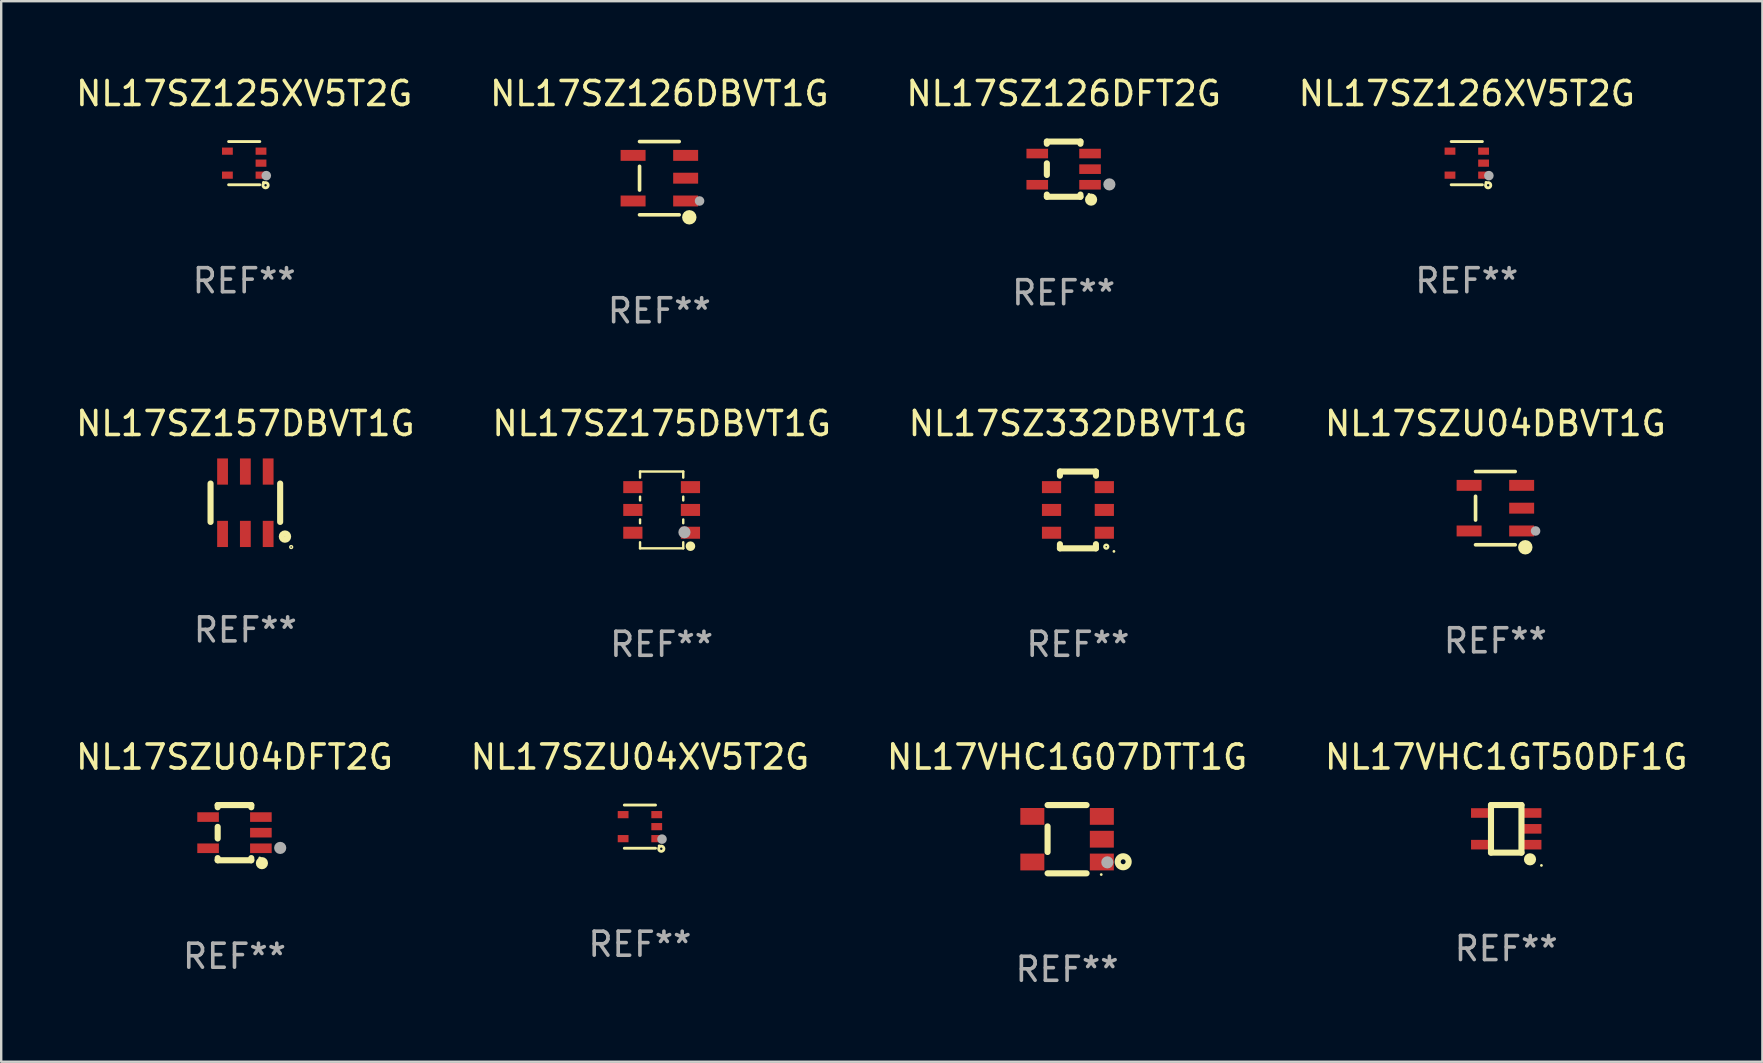
<source format=kicad_pcb>
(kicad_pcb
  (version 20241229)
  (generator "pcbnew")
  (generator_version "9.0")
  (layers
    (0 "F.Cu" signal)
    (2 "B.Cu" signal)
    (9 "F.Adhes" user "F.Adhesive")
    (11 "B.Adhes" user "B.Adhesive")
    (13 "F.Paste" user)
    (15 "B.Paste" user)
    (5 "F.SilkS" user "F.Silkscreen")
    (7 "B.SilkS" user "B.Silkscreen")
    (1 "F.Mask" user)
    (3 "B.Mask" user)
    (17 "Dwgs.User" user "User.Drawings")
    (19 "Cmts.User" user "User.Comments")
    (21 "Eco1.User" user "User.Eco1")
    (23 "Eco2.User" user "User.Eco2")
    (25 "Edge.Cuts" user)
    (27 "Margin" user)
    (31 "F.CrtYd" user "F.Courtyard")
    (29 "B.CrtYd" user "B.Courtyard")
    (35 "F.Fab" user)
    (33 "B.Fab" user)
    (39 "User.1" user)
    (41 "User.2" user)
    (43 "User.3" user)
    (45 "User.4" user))
  (footprint "NL17SZ332DBVT1G"
    (layer "F.Cu")
    (at 41.863 18.197)
    (property "Reference" "NL17SZ332DBVT1G" (at 0 -3.6 0) (layer "F.SilkS") (effects (font (size 1 1) (thickness 0.15))))
    (attr through_hole)
    (fp_line (start -0.75 -1.6) (end -0.75 -1.426) (stroke (width 0.254) (type solid)) (layer "F.SilkS"))
    (fp_line (start -0.75 -1.6) (end 0.75 -1.6) (stroke (width 0.254) (type solid)) (layer "F.SilkS"))
    (fp_line (start -0.75 1.426) (end -0.75 1.6) (stroke (width 0.254) (type solid)) (layer "F.SilkS"))
    (fp_line (start -0.75 1.6) (end 0.75 1.6) (stroke (width 0.254) (type solid)) (layer "F.SilkS"))
    (fp_line (start 0.75 -1.6) (end 0.75 -1.426) (stroke (width 0.254) (type solid)) (layer "F.SilkS"))
    (fp_line (start 0.75 1.426) (end 0.75 1.6) (stroke (width 0.254) (type solid)) (layer "F.SilkS"))
    (fp_circle (center 1.18 1.53) (end 1.26 1.53) (stroke (width 0.1) (type solid)) (fill no) (layer "F.SilkS"))
    (fp_circle (center 1.5 1.727) (end 1.53 1.727) (stroke (width 0.06) (type solid)) (fill no) (layer "F.SilkS"))
    (fp_text user "REF**" (at 0 5.6 0) (layer "F.Fab") (effects (font (size 1 1) (thickness 0.15))))
    (pad "1" smd rect (at 1.1 0.95 90) (size 0.5 0.8) (layers "F.Cu" "F.Mask" "F.Paste"))
    (pad "2" smd rect (at 1.1 0 90) (size 0.5 0.8) (layers "F.Cu" "F.Mask" "F.Paste"))
    (pad "3" smd rect (at 1.1 -0.95 90) (size 0.5 0.8) (layers "F.Cu" "F.Mask" "F.Paste"))
    (pad "4" smd rect (at -1.1 -0.95 90) (size 0.5 0.8) (layers "F.Cu" "F.Mask" "F.Paste"))
    (pad "5" smd rect (at -1.1 0 90) (size 0.5 0.8) (layers "F.Cu" "F.Mask" "F.Paste"))
    (pad "6" smd rect (at -1.1 0.95 90) (size 0.5 0.8) (layers "F.Cu" "F.Mask" "F.Paste")))
  (footprint "NL17SZU04XV5T2G"
    (layer "F.Cu")
    (at 23.613 31.393)
    (property "Reference" "NL17SZU04XV5T2G" (at 0 -2.9 0) (layer "F.SilkS") (effects (font (size 1 1) (thickness 0.15))))
    (attr through_hole)
    (fp_line (start -0.65 -0.9) (end 0.65 -0.9) (stroke (width 0.12) (type solid)) (layer "F.SilkS"))
    (fp_line (start -0.65 0.9) (end 0.65 0.9) (stroke (width 0.12) (type solid)) (layer "F.SilkS"))
    (fp_circle (center 0.8 0.8) (end 0.83 0.8) (stroke (width 0.06) (type solid)) (fill no) (layer "F.SilkS"))
    (fp_circle (center 0.89 0.92) (end 0.94 0.92) (stroke (width 0.12) (type solid)) (fill no) (layer "F.SilkS"))
    (fp_circle (center 0.92 0.52) (end 1.02 0.52) (stroke (width 0.2) (type solid)) (fill no) (layer "F.Fab"))
    (fp_text user "REF**" (at 0 4.9 0) (layer "F.Fab") (effects (font (size 1 1) (thickness 0.15))))
    (pad "1" smd rect (at 0.7 0.5) (size 0.45 0.3) (layers "F.Cu" "F.Mask" "F.Paste"))
    (pad "2" smd rect (at 0.7 -0.000356) (size 0.45 0.3) (layers "F.Cu" "F.Mask" "F.Paste"))
    (pad "3" smd rect (at 0.7 -0.5) (size 0.45 0.3) (layers "F.Cu" "F.Mask" "F.Paste"))
    (pad "4" smd rect (at -0.7 -0.5) (size 0.45 0.3) (layers "F.Cu" "F.Mask" "F.Paste"))
    (pad "5" smd rect (at -0.7 0.5) (size 0.45 0.3) (layers "F.Cu" "F.Mask" "F.Paste")))
  (footprint "NL17SZ175DBVT1G"
    (layer "F.Cu")
    (at 24.518 18.197)
    (property "Reference" "NL17SZ175DBVT1G" (at 0 -3.6 0) (layer "F.SilkS") (effects (font (size 1 1) (thickness 0.15))))
    (attr through_hole)
    (fp_line (start -0.9 -1.6) (end 0.9 -1.6) (stroke (width 0.101) (type solid)) (layer "F.SilkS"))
    (fp_line (start -0.9 -1.346) (end -0.9 -1.6) (stroke (width 0.101) (type solid)) (layer "F.SilkS"))
    (fp_line (start -0.9 -0.396) (end -0.9 -0.554) (stroke (width 0.101) (type solid)) (layer "F.SilkS"))
    (fp_line (start -0.9 0.554) (end -0.9 0.396) (stroke (width 0.101) (type solid)) (layer "F.SilkS"))
    (fp_line (start -0.9 1.6) (end -0.9 1.346) (stroke (width 0.101) (type solid)) (layer "F.SilkS"))
    (fp_line (start -0.9 1.6) (end 0.9 1.6) (stroke (width 0.101) (type solid)) (layer "F.SilkS"))
    (fp_line (start 0.9 -1.346) (end 0.9 -1.6) (stroke (width 0.101) (type solid)) (layer "F.SilkS"))
    (fp_line (start 0.9 -0.396) (end 0.9 -0.554) (stroke (width 0.101) (type solid)) (layer "F.SilkS"))
    (fp_line (start 0.9 0.554) (end 0.9 0.396) (stroke (width 0.101) (type solid)) (layer "F.SilkS"))
    (fp_line (start 0.9 1.6) (end 0.9 1.346) (stroke (width 0.101) (type solid)) (layer "F.SilkS"))
    (fp_circle (center 1.2 1.51) (end 1.3 1.51) (stroke (width 0.2) (type solid)) (fill no) (layer "F.SilkS"))
    (fp_circle (center 1.25 1.45) (end 1.28 1.45) (stroke (width 0.06) (type solid)) (fill no) (layer "F.SilkS"))
    (fp_circle (center 0.95 0.93) (end 1.077 0.93) (stroke (width 0.254) (type solid)) (fill no) (layer "F.Fab"))
    (fp_text user "REF**" (at 0 5.6 0) (layer "F.Fab") (effects (font (size 1 1) (thickness 0.15))))
    (pad "1" smd rect (at 1.2 0.95 90) (size 0.5 0.8) (layers "F.Cu" "F.Mask" "F.Paste"))
    (pad "2" smd rect (at 1.2 0 90) (size 0.5 0.8) (layers "F.Cu" "F.Mask" "F.Paste"))
    (pad "3" smd rect (at 1.2 -0.95 90) (size 0.5 0.8) (layers "F.Cu" "F.Mask" "F.Paste"))
    (pad "4" smd rect (at -1.2 -0.95 90) (size 0.5 0.8) (layers "F.Cu" "F.Mask" "F.Paste"))
    (pad "5" smd rect (at -1.2 0 90) (size 0.5 0.8) (layers "F.Cu" "F.Mask" "F.Paste"))
    (pad "6" smd rect (at -1.2 0.95 90) (size 0.5 0.8) (layers "F.Cu" "F.Mask" "F.Paste")))
  (footprint "NL17SZ126XV5T2G"
    (layer "F.Cu")
    (at 58.065 3.748)
    (property "Reference" "NL17SZ126XV5T2G" (at 0 -2.9 0) (layer "F.SilkS") (effects (font (size 1 1) (thickness 0.15))))
    (attr through_hole)
    (fp_line (start -0.65 -0.9) (end 0.65 -0.9) (stroke (width 0.12) (type solid)) (layer "F.SilkS"))
    (fp_line (start -0.65 0.9) (end 0.65 0.9) (stroke (width 0.12) (type solid)) (layer "F.SilkS"))
    (fp_circle (center 0.8 0.8) (end 0.83 0.8) (stroke (width 0.06) (type solid)) (fill no) (layer "F.SilkS"))
    (fp_circle (center 0.89 0.92) (end 0.94 0.92) (stroke (width 0.12) (type solid)) (fill no) (layer "F.SilkS"))
    (fp_circle (center 0.92 0.52) (end 1.02 0.52) (stroke (width 0.2) (type solid)) (fill no) (layer "F.Fab"))
    (fp_text user "REF**" (at 0 4.9 0) (layer "F.Fab") (effects (font (size 1 1) (thickness 0.15))))
    (pad "1" smd rect (at 0.7 0.5) (size 0.45 0.3) (layers "F.Cu" "F.Mask" "F.Paste"))
    (pad "2" smd rect (at 0.7 -0.000356) (size 0.45 0.3) (layers "F.Cu" "F.Mask" "F.Paste"))
    (pad "3" smd rect (at 0.7 -0.5) (size 0.45 0.3) (layers "F.Cu" "F.Mask" "F.Paste"))
    (pad "4" smd rect (at -0.7 -0.5) (size 0.45 0.3) (layers "F.Cu" "F.Mask" "F.Paste"))
    (pad "5" smd rect (at -0.7 0.5) (size 0.45 0.3) (layers "F.Cu" "F.Mask" "F.Paste")))
  (footprint "NL17SZU04DBVT1G"
    (layer "F.Cu")
    (at 59.256 18.123)
    (property "Reference" "NL17SZU04DBVT1G" (at 0 -3.526 0) (layer "F.SilkS") (effects (font (size 1 1) (thickness 0.15))))
    (attr through_hole)
    (fp_line (start -0.826 -0.494) (end -0.826 0.494) (stroke (width 0.152) (type solid)) (layer "F.SilkS"))
    (fp_line (start 0.826 -1.526) (end -0.826 -1.526) (stroke (width 0.152) (type solid)) (layer "F.SilkS"))
    (fp_line (start 0.826 1.526) (end -0.826 1.526) (stroke (width 0.152) (type solid)) (layer "F.SilkS"))
    (fp_circle (center 1.247 1.63) (end 1.398 1.63) (stroke (width 0.3) (type solid)) (fill no) (layer "F.SilkS"))
    (fp_circle (center 1.375 1.45) (end 1.405 1.45) (stroke (width 0.06) (type solid)) (fill no) (layer "F.SilkS"))
    (fp_circle (center 1.675 0.95) (end 1.775 0.95) (stroke (width 0.2) (type solid)) (fill no) (layer "F.Fab"))
    (fp_text user "REF**" (at 0 5.526 0) (layer "F.Fab") (effects (font (size 1 1) (thickness 0.15))))
    (pad "1" smd rect (at 1.095 0.95 270) (size 0.455 1.04) (layers "F.Cu" "F.Mask" "F.Paste"))
    (pad "2" smd rect (at 1.095 0 270) (size 0.455 1.04) (layers "F.Cu" "F.Mask" "F.Paste"))
    (pad "3" smd rect (at 1.095 -0.95 270) (size 0.455 1.04) (layers "F.Cu" "F.Mask" "F.Paste"))
    (pad "4" smd rect (at -1.095 -0.95 270) (size 0.455 1.04) (layers "F.Cu" "F.Mask" "F.Paste"))
    (pad "5" smd rect (at -1.095 0.95 270) (size 0.455 1.04) (layers "F.Cu" "F.Mask" "F.Paste")))
  (footprint "NL17SZ157DBVT1G"
    (layer "F.Cu")
    (at 7.173 17.897)
    (property "Reference" "NL17SZ157DBVT1G" (at 0 -3.3 0) (layer "F.SilkS") (effects (font (size 1 1) (thickness 0.15))))
    (attr through_hole)
    (fp_line (start -1.45 -0.8) (end -1.45 0.8) (stroke (width 0.254) (type solid)) (layer "F.SilkS"))
    (fp_line (start 1.45 -0.8) (end 1.45 0.8) (stroke (width 0.254) (type solid)) (layer "F.SilkS"))
    (fp_circle (center 1.65 1.41) (end 1.782 1.41) (stroke (width 0.254) (type solid)) (fill no) (layer "F.SilkS"))
    (fp_circle (center 1.909 1.846) (end 1.938 1.846) (stroke (width 0.06) (type solid)) (fill no) (layer "F.SilkS"))
    (fp_text user "REF**" (at 0 5.3 0) (layer "F.Fab") (effects (font (size 1 1) (thickness 0.15))))
    (pad "1" smd rect (at 0.95 1.3 180) (size 0.45 1.092) (layers "F.Cu" "F.Mask" "F.Paste"))
    (pad "2" smd rect (at -0.000051 1.3 180) (size 0.45 1.092) (layers "F.Cu" "F.Mask" "F.Paste"))
    (pad "3" smd rect (at -0.95 1.3 180) (size 0.45 1.092) (layers "F.Cu" "F.Mask" "F.Paste"))
    (pad "4" smd rect (at -0.95 -1.3 180) (size 0.45 1.092) (layers "F.Cu" "F.Mask" "F.Paste"))
    (pad "5" smd rect (at -0.000051 -1.3 180) (size 0.45 1.092) (layers "F.Cu" "F.Mask" "F.Paste"))
    (pad "6" smd rect (at 0.95 -1.3 180) (size 0.45 1.092) (layers "F.Cu" "F.Mask" "F.Paste")))
  (footprint "NL17SZ126DFT2G"
    (layer "F.Cu")
    (at 41.268 3.998)
    (property "Reference" "NL17SZ126DFT2G" (at 0 -3.15 0) (layer "F.SilkS") (effects (font (size 1 1) (thickness 0.15))))
    (attr through_hole)
    (fp_line (start -0.7 -1.15) (end 0.7 -1.15) (stroke (width 0.254) (type solid)) (layer "F.SilkS"))
    (fp_line (start -0.7 -1.058) (end -0.7 -1.15) (stroke (width 0.254) (type solid)) (layer "F.SilkS"))
    (fp_line (start -0.7 0.242) (end -0.7 -0.242) (stroke (width 0.254) (type solid)) (layer "F.SilkS"))
    (fp_line (start -0.7 1.15) (end -0.7 1.058) (stroke (width 0.254) (type solid)) (layer "F.SilkS"))
    (fp_line (start -0.7 1.15) (end 0.7 1.15) (stroke (width 0.254) (type solid)) (layer "F.SilkS"))
    (fp_line (start 0.7 -1.058) (end 0.7 -1.15) (stroke (width 0.254) (type solid)) (layer "F.SilkS"))
    (fp_line (start 0.7 1.15) (end 0.7 1.058) (stroke (width 0.254) (type solid)) (layer "F.SilkS"))
    (fp_circle (center 1.053 1.052) (end 1.083 1.052) (stroke (width 0.06) (type solid)) (fill no) (layer "F.SilkS"))
    (fp_circle (center 1.143 1.27) (end 1.27 1.27) (stroke (width 0.254) (type solid)) (fill no) (layer "F.SilkS"))
    (fp_circle (center 1.905 0.635) (end 2.032 0.635) (stroke (width 0.254) (type solid)) (fill no) (layer "F.Fab"))
    (fp_text user "REF**" (at 0 5.15 0) (layer "F.Fab") (effects (font (size 1 1) (thickness 0.15))))
    (pad "1" smd rect (at 1.1 0.65 90) (size 0.4 0.9) (layers "F.Cu" "F.Mask" "F.Paste"))
    (pad "2" smd rect (at 1.1 0.000076 90) (size 0.4 0.9) (layers "F.Cu" "F.Mask" "F.Paste"))
    (pad "3" smd rect (at 1.1 -0.65 90) (size 0.4 0.9) (layers "F.Cu" "F.Mask" "F.Paste"))
    (pad "4" smd rect (at -1.1 -0.65 90) (size 0.4 0.9) (layers "F.Cu" "F.Mask" "F.Paste"))
    (pad "5" smd rect (at -1.1 0.65 90) (size 0.4 0.9) (layers "F.Cu" "F.Mask" "F.Paste")))
  (footprint "NL17SZ126DBVT1G"
    (layer "F.Cu")
    (at 24.423 4.374)
    (property "Reference" "NL17SZ126DBVT1G" (at 0 -3.526 0) (layer "F.SilkS") (effects (font (size 1 1) (thickness 0.15))))
    (attr through_hole)
    (fp_line (start -0.826 -0.494) (end -0.826 0.494) (stroke (width 0.152) (type solid)) (layer "F.SilkS"))
    (fp_line (start 0.826 -1.526) (end -0.826 -1.526) (stroke (width 0.152) (type solid)) (layer "F.SilkS"))
    (fp_line (start 0.826 1.526) (end -0.826 1.526) (stroke (width 0.152) (type solid)) (layer "F.SilkS"))
    (fp_circle (center 1.247 1.63) (end 1.398 1.63) (stroke (width 0.3) (type solid)) (fill no) (layer "F.SilkS"))
    (fp_circle (center 1.375 1.45) (end 1.405 1.45) (stroke (width 0.06) (type solid)) (fill no) (layer "F.SilkS"))
    (fp_circle (center 1.675 0.95) (end 1.775 0.95) (stroke (width 0.2) (type solid)) (fill no) (layer "F.Fab"))
    (fp_text user "REF**" (at 0 5.526 0) (layer "F.Fab") (effects (font (size 1 1) (thickness 0.15))))
    (pad "1" smd rect (at 1.095 0.95 270) (size 0.455 1.04) (layers "F.Cu" "F.Mask" "F.Paste"))
    (pad "2" smd rect (at 1.095 0 270) (size 0.455 1.04) (layers "F.Cu" "F.Mask" "F.Paste"))
    (pad "3" smd rect (at 1.095 -0.95 270) (size 0.455 1.04) (layers "F.Cu" "F.Mask" "F.Paste"))
    (pad "4" smd rect (at -1.095 -0.95 270) (size 0.455 1.04) (layers "F.Cu" "F.Mask" "F.Paste"))
    (pad "5" smd rect (at -1.095 0.95 270) (size 0.455 1.04) (layers "F.Cu" "F.Mask" "F.Paste")))
  (footprint "NL17VHC1G07DTT1G"
    (layer "F.Cu")
    (at 41.411 31.916)
    (property "Reference" "NL17VHC1G07DTT1G" (at 0 -3.422 0) (layer "F.SilkS") (effects (font (size 1 1) (thickness 0.15))))
    (attr through_hole)
    (fp_line (start -0.813 -1.422) (end 0.812 -1.422) (stroke (width 0.254) (type solid)) (layer "F.SilkS"))
    (fp_line (start -0.813 0.533) (end -0.813 -0.533) (stroke (width 0.254) (type solid)) (layer "F.SilkS"))
    (fp_line (start 0.812 1.422) (end -0.813 1.422) (stroke (width 0.254) (type solid)) (layer "F.SilkS"))
    (fp_circle (center 1.423 1.473) (end 1.453 1.473) (stroke (width 0.06) (type solid)) (fill no) (layer "F.SilkS"))
    (fp_circle (center 2.337 0.94) (end 2.439 0.94) (stroke (width 0.254) (type solid)) (fill no) (layer "F.SilkS"))
    (fp_circle (center 1.677 0.965) (end 1.804 0.965) (stroke (width 0.254) (type solid)) (fill no) (layer "F.Fab"))
    (fp_text user "REF**" (at 0 5.422 0) (layer "F.Fab") (effects (font (size 1 1) (thickness 0.15))))
    (pad "1" smd rect (at 1.448 0.95 90) (size 0.7 1) (layers "F.Cu" "F.Mask" "F.Paste"))
    (pad "2" smd rect (at 1.448 0.000127 90) (size 0.7 1) (layers "F.Cu" "F.Mask" "F.Paste"))
    (pad "3" smd rect (at 1.448 -0.95 90) (size 0.7 1) (layers "F.Cu" "F.Mask" "F.Paste"))
    (pad "4" smd rect (at -1.448 -0.95 90) (size 0.7 1) (layers "F.Cu" "F.Mask" "F.Paste"))
    (pad "5" smd rect (at -1.448 0.95 90) (size 0.7 1) (layers "F.Cu" "F.Mask" "F.Paste")))
  (footprint "NL17SZU04DFT2G"
    (layer "F.Cu")
    (at 6.72 31.644)
    (property "Reference" "NL17SZU04DFT2G" (at 0 -3.15 0) (layer "F.SilkS") (effects (font (size 1 1) (thickness 0.15))))
    (attr through_hole)
    (fp_line (start -0.7 -1.15) (end 0.7 -1.15) (stroke (width 0.254) (type solid)) (layer "F.SilkS"))
    (fp_line (start -0.7 -1.058) (end -0.7 -1.15) (stroke (width 0.254) (type solid)) (layer "F.SilkS"))
    (fp_line (start -0.7 0.242) (end -0.7 -0.242) (stroke (width 0.254) (type solid)) (layer "F.SilkS"))
    (fp_line (start -0.7 1.15) (end -0.7 1.058) (stroke (width 0.254) (type solid)) (layer "F.SilkS"))
    (fp_line (start -0.7 1.15) (end 0.7 1.15) (stroke (width 0.254) (type solid)) (layer "F.SilkS"))
    (fp_line (start 0.7 -1.058) (end 0.7 -1.15) (stroke (width 0.254) (type solid)) (layer "F.SilkS"))
    (fp_line (start 0.7 1.15) (end 0.7 1.058) (stroke (width 0.254) (type solid)) (layer "F.SilkS"))
    (fp_circle (center 1.053 1.052) (end 1.083 1.052) (stroke (width 0.06) (type solid)) (fill no) (layer "F.SilkS"))
    (fp_circle (center 1.143 1.27) (end 1.27 1.27) (stroke (width 0.254) (type solid)) (fill no) (layer "F.SilkS"))
    (fp_circle (center 1.905 0.635) (end 2.032 0.635) (stroke (width 0.254) (type solid)) (fill no) (layer "F.Fab"))
    (fp_text user "REF**" (at 0 5.15 0) (layer "F.Fab") (effects (font (size 1 1) (thickness 0.15))))
    (pad "1" smd rect (at 1.1 0.65 90) (size 0.4 0.9) (layers "F.Cu" "F.Mask" "F.Paste"))
    (pad "2" smd rect (at 1.1 0.000076 90) (size 0.4 0.9) (layers "F.Cu" "F.Mask" "F.Paste"))
    (pad "3" smd rect (at 1.1 -0.65 90) (size 0.4 0.9) (layers "F.Cu" "F.Mask" "F.Paste"))
    (pad "4" smd rect (at -1.1 -0.65 90) (size 0.4 0.9) (layers "F.Cu" "F.Mask" "F.Paste"))
    (pad "5" smd rect (at -1.1 0.65 90) (size 0.4 0.9) (layers "F.Cu" "F.Mask" "F.Paste")))
  (footprint "NL17SZ125XV5T2G"
    (layer "F.Cu")
    (at 7.125 3.748)
    (property "Reference" "NL17SZ125XV5T2G" (at 0 -2.9 0) (layer "F.SilkS") (effects (font (size 1 1) (thickness 0.15))))
    (attr through_hole)
    (fp_line (start -0.65 -0.9) (end 0.65 -0.9) (stroke (width 0.12) (type solid)) (layer "F.SilkS"))
    (fp_line (start -0.65 0.9) (end 0.65 0.9) (stroke (width 0.12) (type solid)) (layer "F.SilkS"))
    (fp_circle (center 0.8 0.8) (end 0.83 0.8) (stroke (width 0.06) (type solid)) (fill no) (layer "F.SilkS"))
    (fp_circle (center 0.89 0.92) (end 0.94 0.92) (stroke (width 0.12) (type solid)) (fill no) (layer "F.SilkS"))
    (fp_circle (center 0.92 0.52) (end 1.02 0.52) (stroke (width 0.2) (type solid)) (fill no) (layer "F.Fab"))
    (fp_text user "REF**" (at 0 4.9 0) (layer "F.Fab") (effects (font (size 1 1) (thickness 0.15))))
    (pad "1" smd rect (at 0.7 0.5) (size 0.45 0.3) (layers "F.Cu" "F.Mask" "F.Paste"))
    (pad "2" smd rect (at 0.7 -0.000356) (size 0.45 0.3) (layers "F.Cu" "F.Mask" "F.Paste"))
    (pad "3" smd rect (at 0.7 -0.5) (size 0.45 0.3) (layers "F.Cu" "F.Mask" "F.Paste"))
    (pad "4" smd rect (at -0.7 -0.5) (size 0.45 0.3) (layers "F.Cu" "F.Mask" "F.Paste"))
    (pad "5" smd rect (at -0.7 0.5) (size 0.45 0.3) (layers "F.Cu" "F.Mask" "F.Paste")))
  (footprint "NL17VHC1GT50DF1G"
    (layer "F.Cu")
    (at 59.708 31.484)
    (property "Reference" "NL17VHC1GT50DF1G" (at 0 -2.991 0) (layer "F.SilkS") (effects (font (size 1 1) (thickness 0.15))))
    (attr through_hole)
    (fp_line (start -0.635 -0.991) (end 0.635 -0.991) (stroke (width 0.254) (type solid)) (layer "F.SilkS"))
    (fp_line (start -0.635 0.991) (end -0.635 -0.991) (stroke (width 0.254) (type solid)) (layer "F.SilkS"))
    (fp_line (start 0.635 -0.991) (end 0.635 0.991) (stroke (width 0.254) (type solid)) (layer "F.SilkS"))
    (fp_line (start 0.635 0.991) (end -0.635 0.991) (stroke (width 0.254) (type solid)) (layer "F.SilkS"))
    (fp_circle (center 0.991 1.27) (end 1.118 1.27) (stroke (width 0.254) (type solid)) (fill no) (layer "F.SilkS"))
    (fp_circle (center 1.467 1.524) (end 1.497 1.524) (stroke (width 0.06) (type solid)) (fill no) (layer "F.SilkS"))
    (fp_text user "REF**" (at 0 4.991 0) (layer "F.Fab") (effects (font (size 1 1) (thickness 0.15))))
    (pad "1" smd rect (at 1.067 0.66 180) (size 0.8 0.399) (layers "F.Cu" "F.Mask" "F.Paste"))
    (pad "2" smd rect (at 1.067 0 180) (size 0.8 0.399) (layers "F.Cu" "F.Mask" "F.Paste"))
    (pad "3" smd rect (at 1.067 -0.66 180) (size 0.8 0.399) (layers "F.Cu" "F.Mask" "F.Paste"))
    (pad "4" smd rect (at -1.067 -0.66 180) (size 0.8 0.399) (layers "F.Cu" "F.Mask" "F.Paste"))
    (pad "5" smd rect (at -1.066 0.659 180) (size 0.8 0.399) (layers "F.Cu" "F.Mask" "F.Paste")))
  (gr_rect
    (start -3 -3)
    (end 70.381 41.187)
    (stroke (width 0.1) (type default))
    (fill no)
    (layer "Edge.Cuts")))
</source>
